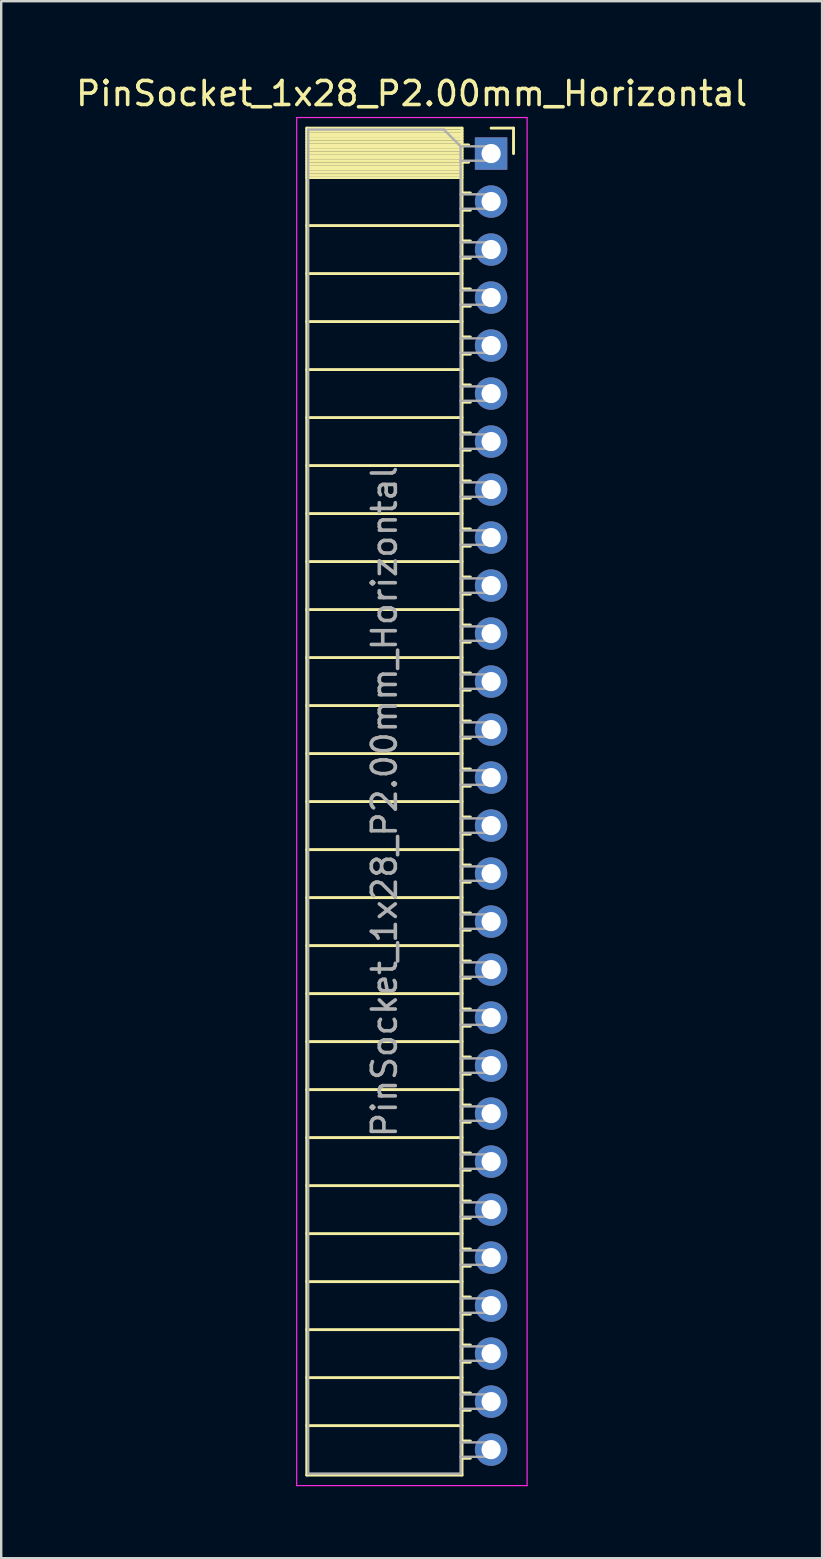
<source format=kicad_pcb>
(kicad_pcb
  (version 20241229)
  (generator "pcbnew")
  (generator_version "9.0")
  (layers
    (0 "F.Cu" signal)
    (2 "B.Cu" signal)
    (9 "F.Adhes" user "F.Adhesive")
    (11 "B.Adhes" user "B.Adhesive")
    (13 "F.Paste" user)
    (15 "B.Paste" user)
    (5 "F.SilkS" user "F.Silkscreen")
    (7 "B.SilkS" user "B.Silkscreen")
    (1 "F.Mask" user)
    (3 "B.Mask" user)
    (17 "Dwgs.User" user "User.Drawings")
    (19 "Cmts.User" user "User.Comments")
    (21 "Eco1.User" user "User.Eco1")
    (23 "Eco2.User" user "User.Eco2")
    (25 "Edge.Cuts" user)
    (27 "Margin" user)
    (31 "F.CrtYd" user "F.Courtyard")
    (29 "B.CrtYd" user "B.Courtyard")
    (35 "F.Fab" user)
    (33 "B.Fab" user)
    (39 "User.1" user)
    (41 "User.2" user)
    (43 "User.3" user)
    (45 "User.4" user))
  (footprint "PinSocket_1x28_P2.00mm_Horizontal"
    (layer "F.Cu")
    (at 17.411 3.348)
    (property "Reference" "PinSocket_1x28_P2.00mm_Horizontal" (at -3.31 -2.5 0) (layer "F.SilkS") (effects (font (size 1 1) (thickness 0.15))))
    (attr through_hole)
    (fp_line (start -7.68 -1.06) (end -7.68 55.06) (stroke (width 0.12) (type solid)) (layer "F.SilkS"))
    (fp_line (start -7.68 -1.06) (end -1.21 -1.06) (stroke (width 0.12) (type solid)) (layer "F.SilkS"))
    (fp_line (start -7.68 -0.94) (end -1.21 -0.94) (stroke (width 0.12) (type solid)) (layer "F.SilkS"))
    (fp_line (start -7.68 -0.826) (end -1.21 -0.826) (stroke (width 0.12) (type solid)) (layer "F.SilkS"))
    (fp_line (start -7.68 -0.712) (end -1.21 -0.712) (stroke (width 0.12) (type solid)) (layer "F.SilkS"))
    (fp_line (start -7.68 -0.598) (end -1.21 -0.598) (stroke (width 0.12) (type solid)) (layer "F.SilkS"))
    (fp_line (start -7.68 -0.484) (end -1.21 -0.484) (stroke (width 0.12) (type solid)) (layer "F.SilkS"))
    (fp_line (start -7.68 -0.369) (end -1.21 -0.369) (stroke (width 0.12) (type solid)) (layer "F.SilkS"))
    (fp_line (start -7.68 -0.255) (end -1.21 -0.255) (stroke (width 0.12) (type solid)) (layer "F.SilkS"))
    (fp_line (start -7.68 -0.141) (end -1.21 -0.141) (stroke (width 0.12) (type solid)) (layer "F.SilkS"))
    (fp_line (start -7.68 -0.027) (end -1.21 -0.027) (stroke (width 0.12) (type solid)) (layer "F.SilkS"))
    (fp_line (start -7.68 0.087) (end -1.21 0.087) (stroke (width 0.12) (type solid)) (layer "F.SilkS"))
    (fp_line (start -7.68 0.201) (end -1.21 0.201) (stroke (width 0.12) (type solid)) (layer "F.SilkS"))
    (fp_line (start -7.68 0.315) (end -1.21 0.315) (stroke (width 0.12) (type solid)) (layer "F.SilkS"))
    (fp_line (start -7.68 0.429) (end -1.21 0.429) (stroke (width 0.12) (type solid)) (layer "F.SilkS"))
    (fp_line (start -7.68 0.544) (end -1.21 0.544) (stroke (width 0.12) (type solid)) (layer "F.SilkS"))
    (fp_line (start -7.68 0.658) (end -1.21 0.658) (stroke (width 0.12) (type solid)) (layer "F.SilkS"))
    (fp_line (start -7.68 0.772) (end -1.21 0.772) (stroke (width 0.12) (type solid)) (layer "F.SilkS"))
    (fp_line (start -7.68 0.886) (end -1.21 0.886) (stroke (width 0.12) (type solid)) (layer "F.SilkS"))
    (fp_line (start -7.68 1) (end -1.21 1) (stroke (width 0.12) (type solid)) (layer "F.SilkS"))
    (fp_line (start -7.68 3) (end -1.21 3) (stroke (width 0.12) (type solid)) (layer "F.SilkS"))
    (fp_line (start -7.68 5) (end -1.21 5) (stroke (width 0.12) (type solid)) (layer "F.SilkS"))
    (fp_line (start -7.68 7) (end -1.21 7) (stroke (width 0.12) (type solid)) (layer "F.SilkS"))
    (fp_line (start -7.68 9) (end -1.21 9) (stroke (width 0.12) (type solid)) (layer "F.SilkS"))
    (fp_line (start -7.68 11) (end -1.21 11) (stroke (width 0.12) (type solid)) (layer "F.SilkS"))
    (fp_line (start -7.68 13) (end -1.21 13) (stroke (width 0.12) (type solid)) (layer "F.SilkS"))
    (fp_line (start -7.68 15) (end -1.21 15) (stroke (width 0.12) (type solid)) (layer "F.SilkS"))
    (fp_line (start -7.68 17) (end -1.21 17) (stroke (width 0.12) (type solid)) (layer "F.SilkS"))
    (fp_line (start -7.68 19) (end -1.21 19) (stroke (width 0.12) (type solid)) (layer "F.SilkS"))
    (fp_line (start -7.68 21) (end -1.21 21) (stroke (width 0.12) (type solid)) (layer "F.SilkS"))
    (fp_line (start -7.68 23) (end -1.21 23) (stroke (width 0.12) (type solid)) (layer "F.SilkS"))
    (fp_line (start -7.68 25) (end -1.21 25) (stroke (width 0.12) (type solid)) (layer "F.SilkS"))
    (fp_line (start -7.68 27) (end -1.21 27) (stroke (width 0.12) (type solid)) (layer "F.SilkS"))
    (fp_line (start -7.68 29) (end -1.21 29) (stroke (width 0.12) (type solid)) (layer "F.SilkS"))
    (fp_line (start -7.68 31) (end -1.21 31) (stroke (width 0.12) (type solid)) (layer "F.SilkS"))
    (fp_line (start -7.68 33) (end -1.21 33) (stroke (width 0.12) (type solid)) (layer "F.SilkS"))
    (fp_line (start -7.68 35) (end -1.21 35) (stroke (width 0.12) (type solid)) (layer "F.SilkS"))
    (fp_line (start -7.68 37) (end -1.21 37) (stroke (width 0.12) (type solid)) (layer "F.SilkS"))
    (fp_line (start -7.68 39) (end -1.21 39) (stroke (width 0.12) (type solid)) (layer "F.SilkS"))
    (fp_line (start -7.68 41) (end -1.21 41) (stroke (width 0.12) (type solid)) (layer "F.SilkS"))
    (fp_line (start -7.68 43) (end -1.21 43) (stroke (width 0.12) (type solid)) (layer "F.SilkS"))
    (fp_line (start -7.68 45) (end -1.21 45) (stroke (width 0.12) (type solid)) (layer "F.SilkS"))
    (fp_line (start -7.68 47) (end -1.21 47) (stroke (width 0.12) (type solid)) (layer "F.SilkS"))
    (fp_line (start -7.68 49) (end -1.21 49) (stroke (width 0.12) (type solid)) (layer "F.SilkS"))
    (fp_line (start -7.68 51) (end -1.21 51) (stroke (width 0.12) (type solid)) (layer "F.SilkS"))
    (fp_line (start -7.68 53) (end -1.21 53) (stroke (width 0.12) (type solid)) (layer "F.SilkS"))
    (fp_line (start -7.68 55.06) (end -1.21 55.06) (stroke (width 0.12) (type solid)) (layer "F.SilkS"))
    (fp_line (start -1.21 -1.06) (end -1.21 55.06) (stroke (width 0.12) (type solid)) (layer "F.SilkS"))
    (fp_line (start -1.21 -0.36) (end -0.935 -0.36) (stroke (width 0.12) (type solid)) (layer "F.SilkS"))
    (fp_line (start -1.21 0.36) (end -0.935 0.36) (stroke (width 0.12) (type solid)) (layer "F.SilkS"))
    (fp_line (start -1.21 1.64) (end -0.863 1.64) (stroke (width 0.12) (type solid)) (layer "F.SilkS"))
    (fp_line (start -1.21 2.36) (end -0.863 2.36) (stroke (width 0.12) (type solid)) (layer "F.SilkS"))
    (fp_line (start -1.21 3.64) (end -0.863 3.64) (stroke (width 0.12) (type solid)) (layer "F.SilkS"))
    (fp_line (start -1.21 4.36) (end -0.863 4.36) (stroke (width 0.12) (type solid)) (layer "F.SilkS"))
    (fp_line (start -1.21 5.64) (end -0.863 5.64) (stroke (width 0.12) (type solid)) (layer "F.SilkS"))
    (fp_line (start -1.21 6.36) (end -0.863 6.36) (stroke (width 0.12) (type solid)) (layer "F.SilkS"))
    (fp_line (start -1.21 7.64) (end -0.863 7.64) (stroke (width 0.12) (type solid)) (layer "F.SilkS"))
    (fp_line (start -1.21 8.36) (end -0.863 8.36) (stroke (width 0.12) (type solid)) (layer "F.SilkS"))
    (fp_line (start -1.21 9.64) (end -0.863 9.64) (stroke (width 0.12) (type solid)) (layer "F.SilkS"))
    (fp_line (start -1.21 10.36) (end -0.863 10.36) (stroke (width 0.12) (type solid)) (layer "F.SilkS"))
    (fp_line (start -1.21 11.64) (end -0.863 11.64) (stroke (width 0.12) (type solid)) (layer "F.SilkS"))
    (fp_line (start -1.21 12.36) (end -0.863 12.36) (stroke (width 0.12) (type solid)) (layer "F.SilkS"))
    (fp_line (start -1.21 13.64) (end -0.863 13.64) (stroke (width 0.12) (type solid)) (layer "F.SilkS"))
    (fp_line (start -1.21 14.36) (end -0.863 14.36) (stroke (width 0.12) (type solid)) (layer "F.SilkS"))
    (fp_line (start -1.21 15.64) (end -0.863 15.64) (stroke (width 0.12) (type solid)) (layer "F.SilkS"))
    (fp_line (start -1.21 16.36) (end -0.863 16.36) (stroke (width 0.12) (type solid)) (layer "F.SilkS"))
    (fp_line (start -1.21 17.64) (end -0.863 17.64) (stroke (width 0.12) (type solid)) (layer "F.SilkS"))
    (fp_line (start -1.21 18.36) (end -0.863 18.36) (stroke (width 0.12) (type solid)) (layer "F.SilkS"))
    (fp_line (start -1.21 19.64) (end -0.863 19.64) (stroke (width 0.12) (type solid)) (layer "F.SilkS"))
    (fp_line (start -1.21 20.36) (end -0.863 20.36) (stroke (width 0.12) (type solid)) (layer "F.SilkS"))
    (fp_line (start -1.21 21.64) (end -0.863 21.64) (stroke (width 0.12) (type solid)) (layer "F.SilkS"))
    (fp_line (start -1.21 22.36) (end -0.863 22.36) (stroke (width 0.12) (type solid)) (layer "F.SilkS"))
    (fp_line (start -1.21 23.64) (end -0.863 23.64) (stroke (width 0.12) (type solid)) (layer "F.SilkS"))
    (fp_line (start -1.21 24.36) (end -0.863 24.36) (stroke (width 0.12) (type solid)) (layer "F.SilkS"))
    (fp_line (start -1.21 25.64) (end -0.863 25.64) (stroke (width 0.12) (type solid)) (layer "F.SilkS"))
    (fp_line (start -1.21 26.36) (end -0.863 26.36) (stroke (width 0.12) (type solid)) (layer "F.SilkS"))
    (fp_line (start -1.21 27.64) (end -0.863 27.64) (stroke (width 0.12) (type solid)) (layer "F.SilkS"))
    (fp_line (start -1.21 28.36) (end -0.863 28.36) (stroke (width 0.12) (type solid)) (layer "F.SilkS"))
    (fp_line (start -1.21 29.64) (end -0.863 29.64) (stroke (width 0.12) (type solid)) (layer "F.SilkS"))
    (fp_line (start -1.21 30.36) (end -0.863 30.36) (stroke (width 0.12) (type solid)) (layer "F.SilkS"))
    (fp_line (start -1.21 31.64) (end -0.863 31.64) (stroke (width 0.12) (type solid)) (layer "F.SilkS"))
    (fp_line (start -1.21 32.36) (end -0.863 32.36) (stroke (width 0.12) (type solid)) (layer "F.SilkS"))
    (fp_line (start -1.21 33.64) (end -0.863 33.64) (stroke (width 0.12) (type solid)) (layer "F.SilkS"))
    (fp_line (start -1.21 34.36) (end -0.863 34.36) (stroke (width 0.12) (type solid)) (layer "F.SilkS"))
    (fp_line (start -1.21 35.64) (end -0.863 35.64) (stroke (width 0.12) (type solid)) (layer "F.SilkS"))
    (fp_line (start -1.21 36.36) (end -0.863 36.36) (stroke (width 0.12) (type solid)) (layer "F.SilkS"))
    (fp_line (start -1.21 37.64) (end -0.863 37.64) (stroke (width 0.12) (type solid)) (layer "F.SilkS"))
    (fp_line (start -1.21 38.36) (end -0.863 38.36) (stroke (width 0.12) (type solid)) (layer "F.SilkS"))
    (fp_line (start -1.21 39.64) (end -0.863 39.64) (stroke (width 0.12) (type solid)) (layer "F.SilkS"))
    (fp_line (start -1.21 40.36) (end -0.863 40.36) (stroke (width 0.12) (type solid)) (layer "F.SilkS"))
    (fp_line (start -1.21 41.64) (end -0.863 41.64) (stroke (width 0.12) (type solid)) (layer "F.SilkS"))
    (fp_line (start -1.21 42.36) (end -0.863 42.36) (stroke (width 0.12) (type solid)) (layer "F.SilkS"))
    (fp_line (start -1.21 43.64) (end -0.863 43.64) (stroke (width 0.12) (type solid)) (layer "F.SilkS"))
    (fp_line (start -1.21 44.36) (end -0.863 44.36) (stroke (width 0.12) (type solid)) (layer "F.SilkS"))
    (fp_line (start -1.21 45.64) (end -0.863 45.64) (stroke (width 0.12) (type solid)) (layer "F.SilkS"))
    (fp_line (start -1.21 46.36) (end -0.863 46.36) (stroke (width 0.12) (type solid)) (layer "F.SilkS"))
    (fp_line (start -1.21 47.64) (end -0.863 47.64) (stroke (width 0.12) (type solid)) (layer "F.SilkS"))
    (fp_line (start -1.21 48.36) (end -0.863 48.36) (stroke (width 0.12) (type solid)) (layer "F.SilkS"))
    (fp_line (start -1.21 49.64) (end -0.863 49.64) (stroke (width 0.12) (type solid)) (layer "F.SilkS"))
    (fp_line (start -1.21 50.36) (end -0.863 50.36) (stroke (width 0.12) (type solid)) (layer "F.SilkS"))
    (fp_line (start -1.21 51.64) (end -0.863 51.64) (stroke (width 0.12) (type solid)) (layer "F.SilkS"))
    (fp_line (start -1.21 52.36) (end -0.863 52.36) (stroke (width 0.12) (type solid)) (layer "F.SilkS"))
    (fp_line (start -1.21 53.64) (end -0.863 53.64) (stroke (width 0.12) (type solid)) (layer "F.SilkS"))
    (fp_line (start -1.21 54.36) (end -0.863 54.36) (stroke (width 0.12) (type solid)) (layer "F.SilkS"))
    (fp_line (start 0 -1.06) (end 0.935 -1.06) (stroke (width 0.12) (type solid)) (layer "F.SilkS"))
    (fp_line (start 0.935 -1.06) (end 0.935 0) (stroke (width 0.12) (type solid)) (layer "F.SilkS"))
    (fp_line (start -8.1 -1.5) (end -8.1 55.5) (stroke (width 0.05) (type solid)) (layer "F.CrtYd"))
    (fp_line (start -8.1 55.5) (end 1.5 55.5) (stroke (width 0.05) (type solid)) (layer "F.CrtYd"))
    (fp_line (start 1.5 -1.5) (end -8.1 -1.5) (stroke (width 0.05) (type solid)) (layer "F.CrtYd"))
    (fp_line (start 1.5 55.5) (end 1.5 -1.5) (stroke (width 0.05) (type solid)) (layer "F.CrtYd"))
    (fp_line (start -7.62 -1) (end -1.97 -1) (stroke (width 0.1) (type solid)) (layer "F.Fab"))
    (fp_line (start -7.62 55) (end -7.62 -1) (stroke (width 0.1) (type solid)) (layer "F.Fab"))
    (fp_line (start -1.97 -1) (end -1.27 -0.3) (stroke (width 0.1) (type solid)) (layer "F.Fab"))
    (fp_line (start -1.27 -0.3) (end -1.27 55) (stroke (width 0.1) (type solid)) (layer "F.Fab"))
    (fp_line (start -1.27 0.3) (end 0 0.3) (stroke (width 0.1) (type solid)) (layer "F.Fab"))
    (fp_line (start -1.27 2.3) (end 0 2.3) (stroke (width 0.1) (type solid)) (layer "F.Fab"))
    (fp_line (start -1.27 4.3) (end 0 4.3) (stroke (width 0.1) (type solid)) (layer "F.Fab"))
    (fp_line (start -1.27 6.3) (end 0 6.3) (stroke (width 0.1) (type solid)) (layer "F.Fab"))
    (fp_line (start -1.27 8.3) (end 0 8.3) (stroke (width 0.1) (type solid)) (layer "F.Fab"))
    (fp_line (start -1.27 10.3) (end 0 10.3) (stroke (width 0.1) (type solid)) (layer "F.Fab"))
    (fp_line (start -1.27 12.3) (end 0 12.3) (stroke (width 0.1) (type solid)) (layer "F.Fab"))
    (fp_line (start -1.27 14.3) (end 0 14.3) (stroke (width 0.1) (type solid)) (layer "F.Fab"))
    (fp_line (start -1.27 16.3) (end 0 16.3) (stroke (width 0.1) (type solid)) (layer "F.Fab"))
    (fp_line (start -1.27 18.3) (end 0 18.3) (stroke (width 0.1) (type solid)) (layer "F.Fab"))
    (fp_line (start -1.27 20.3) (end 0 20.3) (stroke (width 0.1) (type solid)) (layer "F.Fab"))
    (fp_line (start -1.27 22.3) (end 0 22.3) (stroke (width 0.1) (type solid)) (layer "F.Fab"))
    (fp_line (start -1.27 24.3) (end 0 24.3) (stroke (width 0.1) (type solid)) (layer "F.Fab"))
    (fp_line (start -1.27 26.3) (end 0 26.3) (stroke (width 0.1) (type solid)) (layer "F.Fab"))
    (fp_line (start -1.27 28.3) (end 0 28.3) (stroke (width 0.1) (type solid)) (layer "F.Fab"))
    (fp_line (start -1.27 30.3) (end 0 30.3) (stroke (width 0.1) (type solid)) (layer "F.Fab"))
    (fp_line (start -1.27 32.3) (end 0 32.3) (stroke (width 0.1) (type solid)) (layer "F.Fab"))
    (fp_line (start -1.27 34.3) (end 0 34.3) (stroke (width 0.1) (type solid)) (layer "F.Fab"))
    (fp_line (start -1.27 36.3) (end 0 36.3) (stroke (width 0.1) (type solid)) (layer "F.Fab"))
    (fp_line (start -1.27 38.3) (end 0 38.3) (stroke (width 0.1) (type solid)) (layer "F.Fab"))
    (fp_line (start -1.27 40.3) (end 0 40.3) (stroke (width 0.1) (type solid)) (layer "F.Fab"))
    (fp_line (start -1.27 42.3) (end 0 42.3) (stroke (width 0.1) (type solid)) (layer "F.Fab"))
    (fp_line (start -1.27 44.3) (end 0 44.3) (stroke (width 0.1) (type solid)) (layer "F.Fab"))
    (fp_line (start -1.27 46.3) (end 0 46.3) (stroke (width 0.1) (type solid)) (layer "F.Fab"))
    (fp_line (start -1.27 48.3) (end 0 48.3) (stroke (width 0.1) (type solid)) (layer "F.Fab"))
    (fp_line (start -1.27 50.3) (end 0 50.3) (stroke (width 0.1) (type solid)) (layer "F.Fab"))
    (fp_line (start -1.27 52.3) (end 0 52.3) (stroke (width 0.1) (type solid)) (layer "F.Fab"))
    (fp_line (start -1.27 54.3) (end 0 54.3) (stroke (width 0.1) (type solid)) (layer "F.Fab"))
    (fp_line (start -1.27 55) (end -7.62 55) (stroke (width 0.1) (type solid)) (layer "F.Fab"))
    (fp_line (start 0 -0.3) (end -1.27 -0.3) (stroke (width 0.1) (type solid)) (layer "F.Fab"))
    (fp_line (start 0 0.3) (end 0 -0.3) (stroke (width 0.1) (type solid)) (layer "F.Fab"))
    (fp_line (start 0 1.7) (end -1.27 1.7) (stroke (width 0.1) (type solid)) (layer "F.Fab"))
    (fp_line (start 0 2.3) (end 0 1.7) (stroke (width 0.1) (type solid)) (layer "F.Fab"))
    (fp_line (start 0 3.7) (end -1.27 3.7) (stroke (width 0.1) (type solid)) (layer "F.Fab"))
    (fp_line (start 0 4.3) (end 0 3.7) (stroke (width 0.1) (type solid)) (layer "F.Fab"))
    (fp_line (start 0 5.7) (end -1.27 5.7) (stroke (width 0.1) (type solid)) (layer "F.Fab"))
    (fp_line (start 0 6.3) (end 0 5.7) (stroke (width 0.1) (type solid)) (layer "F.Fab"))
    (fp_line (start 0 7.7) (end -1.27 7.7) (stroke (width 0.1) (type solid)) (layer "F.Fab"))
    (fp_line (start 0 8.3) (end 0 7.7) (stroke (width 0.1) (type solid)) (layer "F.Fab"))
    (fp_line (start 0 9.7) (end -1.27 9.7) (stroke (width 0.1) (type solid)) (layer "F.Fab"))
    (fp_line (start 0 10.3) (end 0 9.7) (stroke (width 0.1) (type solid)) (layer "F.Fab"))
    (fp_line (start 0 11.7) (end -1.27 11.7) (stroke (width 0.1) (type solid)) (layer "F.Fab"))
    (fp_line (start 0 12.3) (end 0 11.7) (stroke (width 0.1) (type solid)) (layer "F.Fab"))
    (fp_line (start 0 13.7) (end -1.27 13.7) (stroke (width 0.1) (type solid)) (layer "F.Fab"))
    (fp_line (start 0 14.3) (end 0 13.7) (stroke (width 0.1) (type solid)) (layer "F.Fab"))
    (fp_line (start 0 15.7) (end -1.27 15.7) (stroke (width 0.1) (type solid)) (layer "F.Fab"))
    (fp_line (start 0 16.3) (end 0 15.7) (stroke (width 0.1) (type solid)) (layer "F.Fab"))
    (fp_line (start 0 17.7) (end -1.27 17.7) (stroke (width 0.1) (type solid)) (layer "F.Fab"))
    (fp_line (start 0 18.3) (end 0 17.7) (stroke (width 0.1) (type solid)) (layer "F.Fab"))
    (fp_line (start 0 19.7) (end -1.27 19.7) (stroke (width 0.1) (type solid)) (layer "F.Fab"))
    (fp_line (start 0 20.3) (end 0 19.7) (stroke (width 0.1) (type solid)) (layer "F.Fab"))
    (fp_line (start 0 21.7) (end -1.27 21.7) (stroke (width 0.1) (type solid)) (layer "F.Fab"))
    (fp_line (start 0 22.3) (end 0 21.7) (stroke (width 0.1) (type solid)) (layer "F.Fab"))
    (fp_line (start 0 23.7) (end -1.27 23.7) (stroke (width 0.1) (type solid)) (layer "F.Fab"))
    (fp_line (start 0 24.3) (end 0 23.7) (stroke (width 0.1) (type solid)) (layer "F.Fab"))
    (fp_line (start 0 25.7) (end -1.27 25.7) (stroke (width 0.1) (type solid)) (layer "F.Fab"))
    (fp_line (start 0 26.3) (end 0 25.7) (stroke (width 0.1) (type solid)) (layer "F.Fab"))
    (fp_line (start 0 27.7) (end -1.27 27.7) (stroke (width 0.1) (type solid)) (layer "F.Fab"))
    (fp_line (start 0 28.3) (end 0 27.7) (stroke (width 0.1) (type solid)) (layer "F.Fab"))
    (fp_line (start 0 29.7) (end -1.27 29.7) (stroke (width 0.1) (type solid)) (layer "F.Fab"))
    (fp_line (start 0 30.3) (end 0 29.7) (stroke (width 0.1) (type solid)) (layer "F.Fab"))
    (fp_line (start 0 31.7) (end -1.27 31.7) (stroke (width 0.1) (type solid)) (layer "F.Fab"))
    (fp_line (start 0 32.3) (end 0 31.7) (stroke (width 0.1) (type solid)) (layer "F.Fab"))
    (fp_line (start 0 33.7) (end -1.27 33.7) (stroke (width 0.1) (type solid)) (layer "F.Fab"))
    (fp_line (start 0 34.3) (end 0 33.7) (stroke (width 0.1) (type solid)) (layer "F.Fab"))
    (fp_line (start 0 35.7) (end -1.27 35.7) (stroke (width 0.1) (type solid)) (layer "F.Fab"))
    (fp_line (start 0 36.3) (end 0 35.7) (stroke (width 0.1) (type solid)) (layer "F.Fab"))
    (fp_line (start 0 37.7) (end -1.27 37.7) (stroke (width 0.1) (type solid)) (layer "F.Fab"))
    (fp_line (start 0 38.3) (end 0 37.7) (stroke (width 0.1) (type solid)) (layer "F.Fab"))
    (fp_line (start 0 39.7) (end -1.27 39.7) (stroke (width 0.1) (type solid)) (layer "F.Fab"))
    (fp_line (start 0 40.3) (end 0 39.7) (stroke (width 0.1) (type solid)) (layer "F.Fab"))
    (fp_line (start 0 41.7) (end -1.27 41.7) (stroke (width 0.1) (type solid)) (layer "F.Fab"))
    (fp_line (start 0 42.3) (end 0 41.7) (stroke (width 0.1) (type solid)) (layer "F.Fab"))
    (fp_line (start 0 43.7) (end -1.27 43.7) (stroke (width 0.1) (type solid)) (layer "F.Fab"))
    (fp_line (start 0 44.3) (end 0 43.7) (stroke (width 0.1) (type solid)) (layer "F.Fab"))
    (fp_line (start 0 45.7) (end -1.27 45.7) (stroke (width 0.1) (type solid)) (layer "F.Fab"))
    (fp_line (start 0 46.3) (end 0 45.7) (stroke (width 0.1) (type solid)) (layer "F.Fab"))
    (fp_line (start 0 47.7) (end -1.27 47.7) (stroke (width 0.1) (type solid)) (layer "F.Fab"))
    (fp_line (start 0 48.3) (end 0 47.7) (stroke (width 0.1) (type solid)) (layer "F.Fab"))
    (fp_line (start 0 49.7) (end -1.27 49.7) (stroke (width 0.1) (type solid)) (layer "F.Fab"))
    (fp_line (start 0 50.3) (end 0 49.7) (stroke (width 0.1) (type solid)) (layer "F.Fab"))
    (fp_line (start 0 51.7) (end -1.27 51.7) (stroke (width 0.1) (type solid)) (layer "F.Fab"))
    (fp_line (start 0 52.3) (end 0 51.7) (stroke (width 0.1) (type solid)) (layer "F.Fab"))
    (fp_line (start 0 53.7) (end -1.27 53.7) (stroke (width 0.1) (type solid)) (layer "F.Fab"))
    (fp_line (start 0 54.3) (end 0 53.7) (stroke (width 0.1) (type solid)) (layer "F.Fab"))
    (fp_text user "${REFERENCE}" (at -4.445 27 90) (layer "F.Fab") (effects (font (size 1 1) (thickness 0.15))))
    (pad "1" thru_hole rect (at 0 0) (size 1.35 1.35) (drill 0.8) (layers "*.Cu" "*.Mask"))
    (pad "2" thru_hole circle (at 0 2) (size 1.35 1.35) (drill 0.8) (layers "*.Cu" "*.Mask"))
    (pad "3" thru_hole circle (at 0 4) (size 1.35 1.35) (drill 0.8) (layers "*.Cu" "*.Mask"))
    (pad "4" thru_hole circle (at 0 6) (size 1.35 1.35) (drill 0.8) (layers "*.Cu" "*.Mask"))
    (pad "5" thru_hole circle (at 0 8) (size 1.35 1.35) (drill 0.8) (layers "*.Cu" "*.Mask"))
    (pad "6" thru_hole circle (at 0 10) (size 1.35 1.35) (drill 0.8) (layers "*.Cu" "*.Mask"))
    (pad "7" thru_hole circle (at 0 12) (size 1.35 1.35) (drill 0.8) (layers "*.Cu" "*.Mask"))
    (pad "8" thru_hole circle (at 0 14) (size 1.35 1.35) (drill 0.8) (layers "*.Cu" "*.Mask"))
    (pad "9" thru_hole circle (at 0 16) (size 1.35 1.35) (drill 0.8) (layers "*.Cu" "*.Mask"))
    (pad "10" thru_hole circle (at 0 18) (size 1.35 1.35) (drill 0.8) (layers "*.Cu" "*.Mask"))
    (pad "11" thru_hole circle (at 0 20) (size 1.35 1.35) (drill 0.8) (layers "*.Cu" "*.Mask"))
    (pad "12" thru_hole circle (at 0 22) (size 1.35 1.35) (drill 0.8) (layers "*.Cu" "*.Mask"))
    (pad "13" thru_hole circle (at 0 24) (size 1.35 1.35) (drill 0.8) (layers "*.Cu" "*.Mask"))
    (pad "14" thru_hole circle (at 0 26) (size 1.35 1.35) (drill 0.8) (layers "*.Cu" "*.Mask"))
    (pad "15" thru_hole circle (at 0 28) (size 1.35 1.35) (drill 0.8) (layers "*.Cu" "*.Mask"))
    (pad "16" thru_hole circle (at 0 30) (size 1.35 1.35) (drill 0.8) (layers "*.Cu" "*.Mask"))
    (pad "17" thru_hole circle (at 0 32) (size 1.35 1.35) (drill 0.8) (layers "*.Cu" "*.Mask"))
    (pad "18" thru_hole circle (at 0 34) (size 1.35 1.35) (drill 0.8) (layers "*.Cu" "*.Mask"))
    (pad "19" thru_hole circle (at 0 36) (size 1.35 1.35) (drill 0.8) (layers "*.Cu" "*.Mask"))
    (pad "20" thru_hole circle (at 0 38) (size 1.35 1.35) (drill 0.8) (layers "*.Cu" "*.Mask"))
    (pad "21" thru_hole circle (at 0 40) (size 1.35 1.35) (drill 0.8) (layers "*.Cu" "*.Mask"))
    (pad "22" thru_hole circle (at 0 42) (size 1.35 1.35) (drill 0.8) (layers "*.Cu" "*.Mask"))
    (pad "23" thru_hole circle (at 0 44) (size 1.35 1.35) (drill 0.8) (layers "*.Cu" "*.Mask"))
    (pad "24" thru_hole circle (at 0 46) (size 1.35 1.35) (drill 0.8) (layers "*.Cu" "*.Mask"))
    (pad "25" thru_hole circle (at 0 48) (size 1.35 1.35) (drill 0.8) (layers "*.Cu" "*.Mask"))
    (pad "26" thru_hole circle (at 0 50) (size 1.35 1.35) (drill 0.8) (layers "*.Cu" "*.Mask"))
    (pad "27" thru_hole circle (at 0 52) (size 1.35 1.35) (drill 0.8) (layers "*.Cu" "*.Mask"))
    (pad "28" thru_hole circle (at 0 54) (size 1.35 1.35) (drill 0.8) (layers "*.Cu" "*.Mask")))
  (gr_rect
    (start -3 -3)
    (end 31.202 61.873)
    (stroke (width 0.1) (type default))
    (fill no)
    (layer "Edge.Cuts")))
</source>
